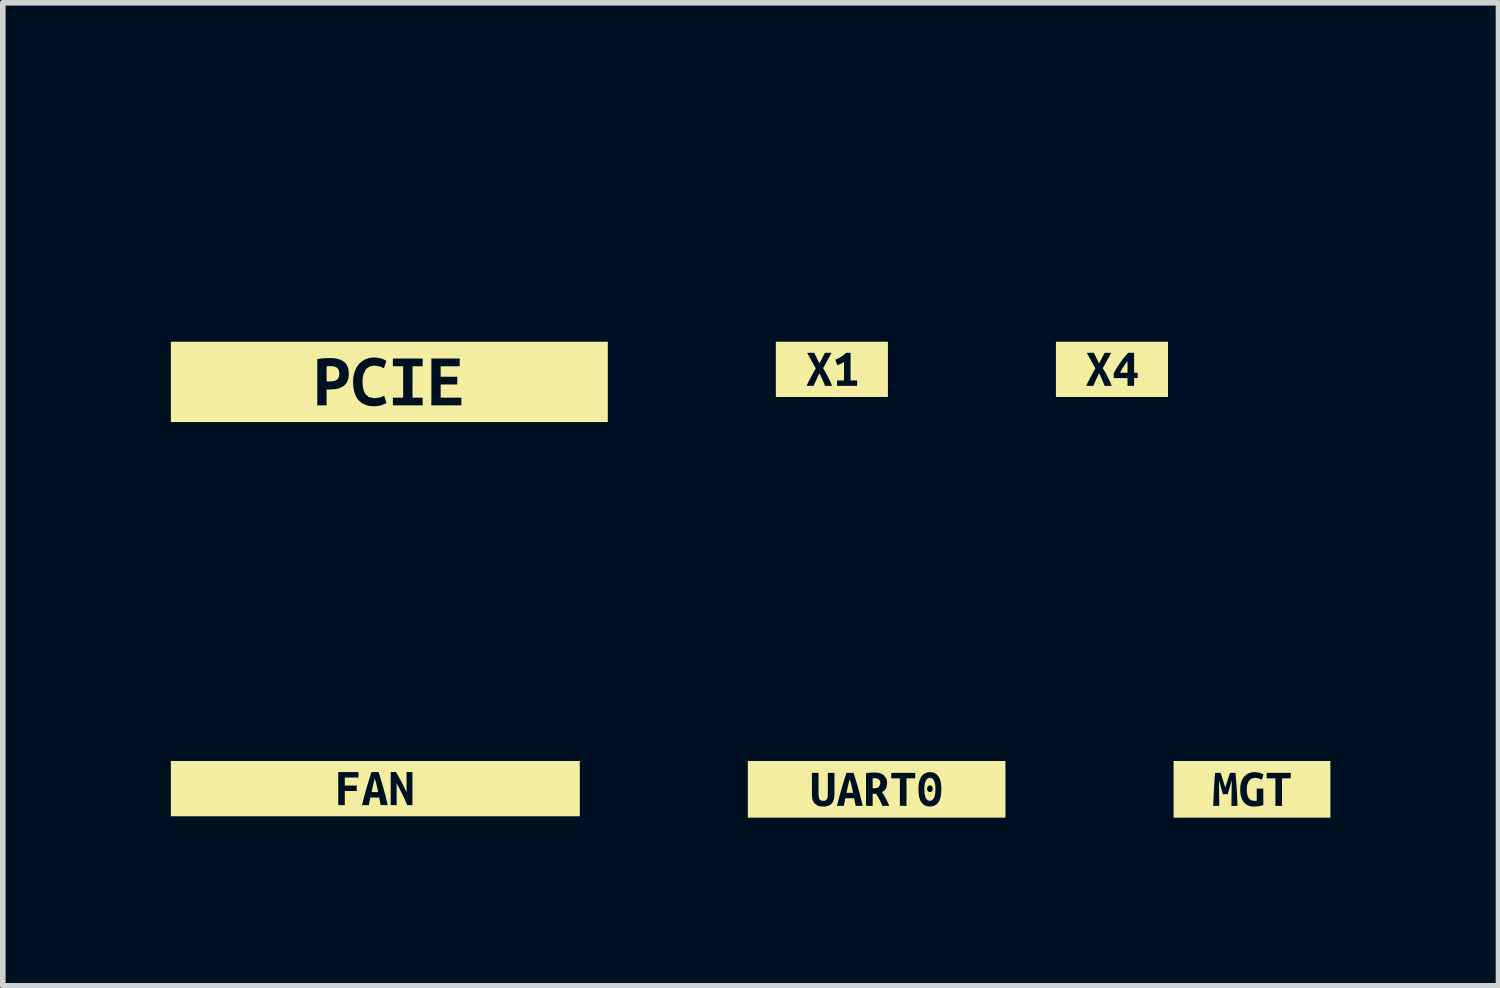
<source format=kicad_pcb>
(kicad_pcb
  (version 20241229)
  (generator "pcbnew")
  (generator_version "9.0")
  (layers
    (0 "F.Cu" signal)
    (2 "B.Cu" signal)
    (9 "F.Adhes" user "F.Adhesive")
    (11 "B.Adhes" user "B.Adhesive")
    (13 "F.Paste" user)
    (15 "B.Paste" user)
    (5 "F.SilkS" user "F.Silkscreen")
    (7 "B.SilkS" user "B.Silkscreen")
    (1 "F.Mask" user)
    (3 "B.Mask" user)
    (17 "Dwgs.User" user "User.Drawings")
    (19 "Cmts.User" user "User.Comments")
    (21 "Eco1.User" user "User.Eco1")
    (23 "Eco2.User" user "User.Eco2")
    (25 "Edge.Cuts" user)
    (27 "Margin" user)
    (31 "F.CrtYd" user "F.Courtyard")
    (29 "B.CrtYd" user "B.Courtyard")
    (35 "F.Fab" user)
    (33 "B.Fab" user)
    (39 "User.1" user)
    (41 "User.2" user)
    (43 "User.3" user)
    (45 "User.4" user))
  (footprint "kibuzzard-6596C1A9"
    (layer "F.Cu")
    (at 3.899 3.766)
    (property "Reference" "kibuzzard-6596C1A9" (at 0 -3.765 0) (layer "F.SilkS") (effects (font (size 0.001 0.001) (thickness 0.15))))
    (attr board_only exclude_from_pos_files exclude_from_bom)
    (fp_poly (pts (xy -1.038 -0.282) (xy -1.079 -0.281) (xy -1.12 -0.278) (xy -1.12 -0.008) (xy -1.053 -0.008) (xy -0.983 -0.016) (xy -0.932 -0.04) (xy -0.902 -0.083) (xy -0.892 -0.148) (xy -0.902 -0.211) (xy -0.932 -0.252) (xy -0.978 -0.274) (xy -1.038 -0.282)) (stroke (width 0) (type solid)) (fill yes) (layer "F.SilkS"))
    (fp_poly (pts (xy -3.617 -0.717) (xy -3.899 -0.717) (xy -3.899 0.717) (xy -3.617 0.717) (xy -1.12 0.717) (xy -1.12 0.418) (xy -1.286 0.418) (xy -1.286 -0.406) (xy -1.231 -0.416) (xy -1.17 -0.422) (xy -1.109 -0.425) (xy -1.057 -0.426) (xy -0.958 -0.419) (xy -0.876 -0.397) (xy -0.81 -0.361) (xy -0.761 -0.308) (xy -0.732 -0.237) (xy -0.722 -0.147) (xy -0.732 -0.056) (xy -0.761 0.016) (xy -0.81 0.069) (xy -0.877 0.107) (xy -0.961 0.129) (xy -1.061 0.136) (xy -1.12 0.136) (xy -1.12 0.418) (xy -1.12 0.717) (xy -0.285 0.717) (xy -0.285 0.436) (xy -0.393 0.423) (xy -0.483 0.385) (xy -0.555 0.323) (xy -0.595 0.26) (xy -0.624 0.185) (xy -0.642 0.099) (xy -0.648 0) (xy -0.641 -0.098) (xy -0.619 -0.185) (xy -0.585 -0.26) (xy -0.54 -0.322) (xy -0.485 -0.371) (xy -0.42 -0.407) (xy -0.348 -0.429) (xy -0.269 -0.436) (xy -0.188 -0.428) (xy -0.125 -0.412) (xy -0.08 -0.391) (xy -0.053 -0.375) (xy -0.096 -0.243) (xy -0.171 -0.277) (xy -0.271 -0.291) (xy -0.347 -0.277) (xy -0.414 -0.23) (xy -0.461 -0.142) (xy -0.474 -0.08) (xy -0.479 -0.004) (xy -0.474 0.084) (xy -0.457 0.157) (xy -0.43 0.215) (xy -0.365 0.272) (xy -0.269 0.291) (xy -0.161 0.277) (xy -0.093 0.247) (xy -0.051 0.378) (xy -0.146 0.418) (xy -0.211 0.431) (xy -0.285 0.436) (xy -0.285 0.717) (xy 0.063 0.717) (xy 0.063 0.418) (xy 0.063 0.281) (xy 0.246 0.281) (xy 0.246 -0.279) (xy 0.063 -0.279) (xy 0.063 -0.417) (xy 0.594 -0.417) (xy 0.594 -0.279) (xy 0.413 -0.279) (xy 0.413 0.281) (xy 0.594 0.281) (xy 0.594 0.418) (xy 0.063 0.418) (xy 0.063 0.717) (xy 0.75 0.717) (xy 0.75 0.418) (xy 0.75 -0.417) (xy 1.256 -0.417) (xy 1.256 -0.279) (xy 0.916 -0.279) (xy 0.916 -0.092) (xy 1.212 -0.092) (xy 1.212 0.046) (xy 0.916 0.046) (xy 0.916 0.281) (xy 1.286 0.281) (xy 1.286 0.418) (xy 0.75 0.418) (xy 0.75 0.717) (xy 3.617 0.717) (xy 3.899 0.717) (xy 3.899 -0.717) (xy 3.617 -0.717) (xy -3.617 -0.717)) (stroke (width 0) (type solid)) (fill yes) (layer "F.SilkS")))
  (footprint "kibuzzard-6596C2A6"
    (layer "F.Cu")
    (at 11.797 3.542)
    (property "Reference" "kibuzzard-6596C2A6" (at 0 -3.541 0) (layer "F.SilkS") (effects (font (size 0.001 0.001) (thickness 0.15))))
    (attr board_only exclude_from_pos_files exclude_from_bom)
    (fp_poly (pts (xy -0.801 -0.493) (xy -1 -0.493) (xy -1 0.493) (xy -0.801 0.493) (xy -0.123 0.493) (xy -0.123 0.295) (xy -0.143 0.244) (xy -0.167 0.187) (xy -0.194 0.128) (xy -0.222 0.069) (xy -0.25 0.126) (xy -0.277 0.186) (xy -0.303 0.243) (xy -0.325 0.295) (xy -0.451 0.295) (xy -0.423 0.233) (xy -0.404 0.195) (xy -0.382 0.155) (xy -0.359 0.112) (xy -0.335 0.069) (xy -0.311 0.025) (xy -0.288 -0.017) (xy -0.442 -0.295) (xy -0.315 -0.295) (xy -0.222 -0.106) (xy -0.124 -0.295) (xy -0.006 -0.295) (xy -0.156 -0.02) (xy -0.131 0.022) (xy -0.106 0.066) (xy -0.082 0.11) (xy -0.06 0.153) (xy -0.039 0.194) (xy -0.022 0.232) (xy 0.004 0.295) (xy -0.123 0.295) (xy -0.123 0.493) (xy 0.451 0.493) (xy 0.451 0.295) (xy 0.093 0.295) (xy 0.093 0.198) (xy 0.217 0.198) (xy 0.217 -0.132) (xy 0.156 -0.098) (xy 0.098 -0.075) (xy 0.06 -0.172) (xy 0.11 -0.194) (xy 0.163 -0.223) (xy 0.213 -0.258) (xy 0.254 -0.295) (xy 0.334 -0.295) (xy 0.334 0.198) (xy 0.451 0.198) (xy 0.451 0.295) (xy 0.451 0.493) (xy 0.801 0.493) (xy 1 0.493) (xy 1 -0.493) (xy 0.801 -0.493) (xy -0.801 -0.493)) (stroke (width 0) (type solid)) (fill yes) (layer "F.SilkS")))
  (footprint "kibuzzard-6596D9B6"
    (layer "F.Cu")
    (at 3.649 11.025)
    (property "Reference" "kibuzzard-6596D9B6" (at 0 -3.541 0) (layer "F.SilkS") (effects (font (size 0.001 0.001) (thickness 0.15))))
    (attr board_only exclude_from_pos_files exclude_from_bom)
    (fp_poly (pts (xy -0.009 -0.18) (xy -0.027 -0.117) (xy -0.042 -0.058) (xy -0.055 0.000476) (xy -0.067 0.061) (xy 0.048 0.061) (xy 0.037 0.000476) (xy 0.024 -0.058) (xy 0.009 -0.117) (xy -0.009 -0.18)) (stroke (width 0) (type solid)) (fill yes) (layer "F.SilkS"))
    (fp_poly (pts (xy -3.45 -0.493) (xy -3.649 -0.493) (xy -3.649 0.493) (xy -3.45 0.493) (xy -0.662 0.493) (xy -0.662 0.295) (xy -0.662 -0.295) (xy -0.301 -0.295) (xy -0.301 -0.198) (xy -0.545 -0.198) (xy -0.545 -0.055) (xy -0.332 -0.055) (xy -0.332 0.042) (xy -0.545 0.042) (xy -0.545 0.295) (xy -0.662 0.295) (xy -0.662 0.493) (xy 0.096 0.493) (xy 0.096 0.295) (xy 0.068 0.159) (xy -0.089 0.159) (xy -0.116 0.295) (xy -0.238 0.295) (xy -0.221 0.226) (xy -0.204 0.16) (xy -0.187 0.097) (xy -0.17 0.036) (xy -0.153 -0.023) (xy -0.132 -0.094) (xy -0.111 -0.163) (xy -0.09 -0.23) (xy -0.07 -0.295) (xy 0.058 -0.295) (xy 0.079 -0.229) (xy 0.099 -0.161) (xy 0.12 -0.092) (xy 0.141 -0.02) (xy 0.157 0.039) (xy 0.174 0.1) (xy 0.19 0.163) (xy 0.206 0.228) (xy 0.221 0.295) (xy 0.096 0.295) (xy 0.096 0.493) (xy 0.568 0.493) (xy 0.568 0.295) (xy 0.541 0.229) (xy 0.512 0.164) (xy 0.481 0.099) (xy 0.449 0.034) (xy 0.415 -0.031) (xy 0.38 -0.097) (xy 0.38 0.295) (xy 0.274 0.295) (xy 0.274 -0.295) (xy 0.368 -0.295) (xy 0.395 -0.251) (xy 0.421 -0.204) (xy 0.448 -0.155) (xy 0.473 -0.106) (xy 0.498 -0.058) (xy 0.52 -0.012) (xy 0.54 0.031) (xy 0.557 0.068) (xy 0.557 -0.295) (xy 0.662 -0.295) (xy 0.662 0.295) (xy 0.568 0.295) (xy 0.568 0.493) (xy 3.45 0.493) (xy 3.649 0.493) (xy 3.649 -0.493) (xy 3.45 -0.493) (xy -3.45 -0.493)) (stroke (width 0) (type solid)) (fill yes) (layer "F.SilkS")))
  (footprint "kibuzzard-6598010B"
    (layer "F.Cu")
    (at 19.295 11.038)
    (property "Reference" "kibuzzard-6598010B" (at 0 -3.554 0) (layer "F.SilkS") (effects (font (size 0.001 0.001) (thickness 0.15))))
    (attr board_only exclude_from_pos_files exclude_from_bom)
    (fp_poly (pts (xy -1.201 -0.506) (xy -1.399 -0.506) (xy -1.399 0.506) (xy -1.201 0.506) (xy -0.259 0.506) (xy -0.259 0.295) (xy -0.367 0.295) (xy -0.361 -0.163) (xy -0.433 0.087) (xy -0.519 0.087) (xy -0.589 -0.163) (xy -0.584 0.295) (xy -0.692 0.295) (xy -0.689 0.221) (xy -0.685 0.145) (xy -0.682 0.067) (xy -0.678 -0.01) (xy -0.674 -0.086) (xy -0.669 -0.16) (xy -0.664 -0.23) (xy -0.657 -0.294) (xy -0.56 -0.294) (xy -0.543 -0.243) (xy -0.522 -0.175) (xy -0.499 -0.102) (xy -0.477 -0.033) (xy -0.453 -0.106) (xy -0.43 -0.179) (xy -0.409 -0.244) (xy -0.391 -0.294) (xy -0.294 -0.294) (xy -0.288 -0.218) (xy -0.281 -0.144) (xy -0.276 -0.071) (xy -0.271 0.001) (xy -0.267 0.074) (xy -0.264 0.146) (xy -0.261 0.22) (xy -0.259 0.295) (xy -0.259 0.506) (xy 0.03 0.506) (xy 0.03 0.308) (xy -0.023 0.303) (xy -0.07 0.288) (xy -0.111 0.264) (xy -0.146 0.23) (xy -0.174 0.187) (xy -0.194 0.134) (xy -0.207 0.072) (xy -0.211 0) (xy -0.206 -0.071) (xy -0.191 -0.133) (xy -0.168 -0.186) (xy -0.137 -0.23) (xy -0.1 -0.264) (xy -0.056 -0.288) (xy -0.008 -0.303) (xy 0.044 -0.308) (xy 0.105 -0.302) (xy 0.152 -0.291) (xy 0.185 -0.276) (xy 0.205 -0.265) (xy 0.174 -0.171) (xy 0.123 -0.195) (xy 0.06 -0.206) (xy -0.01 -0.191) (xy -0.058 -0.148) (xy -0.084 -0.083) (xy -0.09 -0.044) (xy -0.092 0) (xy -0.089 0.064) (xy -0.078 0.116) (xy -0.059 0.156) (xy -0.018 0.193) (xy 0.039 0.206) (xy 0.062 0.205) (xy 0.085 0.202) (xy 0.085 -0.013) (xy 0.202 -0.013) (xy 0.202 0.281) (xy 0.137 0.298) (xy 0.088 0.305) (xy 0.03 0.308) (xy 0.03 0.506) (xy 0.536 0.506) (xy 0.536 0.295) (xy 0.418 0.295) (xy 0.418 -0.197) (xy 0.263 -0.197) (xy 0.263 -0.294) (xy 0.692 -0.294) (xy 0.692 -0.197) (xy 0.536 -0.197) (xy 0.536 0.295) (xy 0.536 0.506) (xy 1.201 0.506) (xy 1.399 0.506) (xy 1.399 -0.506) (xy 1.201 -0.506) (xy -1.201 -0.506)) (stroke (width 0) (type solid)) (fill yes) (layer "F.SilkS")))
  (footprint "kibuzzard-6596C2AD"
    (layer "F.Cu")
    (at 16.796 3.542)
    (property "Reference" "kibuzzard-6596C2AD" (at 0 -3.541 0) (layer "F.SilkS") (effects (font (size 0.001 0.001) (thickness 0.15))))
    (attr board_only exclude_from_pos_files exclude_from_bom)
    (fp_poly (pts (xy 0.278 -0.148) (xy 0.243 -0.101) (xy 0.207 -0.05) (xy 0.173 0.005) (xy 0.145 0.06) (xy 0.278 0.06) (xy 0.278 -0.148)) (stroke (width 0) (type solid)) (fill yes) (layer "F.SilkS"))
    (fp_poly (pts (xy -0.801 -0.493) (xy -1 -0.493) (xy -1 0.493) (xy -0.801 0.493) (xy -0.13 0.493) (xy -0.13 0.295) (xy -0.151 0.244) (xy -0.175 0.187) (xy -0.202 0.128) (xy -0.23 0.069) (xy -0.257 0.126) (xy -0.285 0.186) (xy -0.311 0.243) (xy -0.332 0.295) (xy -0.459 0.295) (xy -0.431 0.233) (xy -0.411 0.195) (xy -0.39 0.155) (xy -0.367 0.112) (xy -0.343 0.069) (xy -0.319 0.025) (xy -0.295 -0.017) (xy -0.45 -0.295) (xy -0.323 -0.295) (xy -0.23 -0.106) (xy -0.131 -0.295) (xy -0.013 -0.295) (xy -0.164 -0.02) (xy -0.138 0.022) (xy -0.113 0.066) (xy -0.089 0.11) (xy -0.067 0.153) (xy -0.047 0.194) (xy -0.03 0.232) (xy -0.004 0.295) (xy -0.13 0.295) (xy -0.13 0.493) (xy 0.395 0.493) (xy 0.395 0.295) (xy 0.278 0.295) (xy 0.278 0.156) (xy 0.032 0.156) (xy 0.032 0.07) (xy 0.053 0.03) (xy 0.079 -0.014) (xy 0.109 -0.062) (xy 0.142 -0.111) (xy 0.177 -0.16) (xy 0.214 -0.209) (xy 0.252 -0.254) (xy 0.291 -0.295) (xy 0.395 -0.295) (xy 0.395 0.06) (xy 0.459 0.06) (xy 0.459 0.156) (xy 0.395 0.156) (xy 0.395 0.295) (xy 0.395 0.493) (xy 0.801 0.493) (xy 1 0.493) (xy 1 -0.493) (xy 0.801 -0.493) (xy -0.801 -0.493)) (stroke (width 0) (type solid)) (fill yes) (layer "F.SilkS")))
  (footprint "kibuzzard-65969B91"
    (layer "F.Cu")
    (at 12.596 11.038)
    (property "Reference" "kibuzzard-65969B91" (at 0 -3.554 0) (layer "F.SilkS") (effects (font (size 0.001 0.001) (thickness 0.15))))
    (attr board_only exclude_from_pos_files exclude_from_bom)
    (fp_poly (pts (xy -0.479 -0.18) (xy -0.497 -0.117) (xy -0.512 -0.058) (xy -0.525 0.001) (xy -0.537 0.062) (xy -0.422 0.062) (xy -0.433 0.001) (xy -0.446 -0.058) (xy -0.461 -0.117) (xy -0.479 -0.18)) (stroke (width 0) (type solid)) (fill yes) (layer "F.SilkS"))
    (fp_poly (pts (xy 0.068 -0.109) (xy 0.06 -0.149) (xy 0.039 -0.177) (xy 0.006 -0.194) (xy -0.036 -0.199) (xy -0.052 -0.199) (xy -0.071 -0.196) (xy -0.071 -0.019) (xy -0.046 -0.019) (xy 0.006 -0.025) (xy 0.041 -0.042) (xy 0.068 -0.109)) (stroke (width 0) (type solid)) (fill yes) (layer "F.SilkS"))
    (fp_poly (pts (xy 1.05 -0.001) (xy 1.047 -0.063) (xy 1.038 -0.114) (xy 1.024 -0.155) (xy 0.993 -0.194) (xy 0.951 -0.208) (xy 0.908 -0.194) (xy 0.877 -0.155) (xy 0.863 -0.114) (xy 0.854 -0.063) (xy 0.852 -0.001) (xy 0.854 0.062) (xy 0.863 0.113) (xy 0.877 0.154) (xy 0.908 0.193) (xy 0.951 0.207) (xy 0.952 0.206) (xy 0.952 0.052) (xy 0.912 0.034) (xy 0.898 -0.01) (xy 0.912 -0.055) (xy 0.952 -0.074) (xy 0.989 -0.055) (xy 1.004 -0.01) (xy 0.989 0.034) (xy 0.952 0.052) (xy 0.952 0.206) (xy 0.993 0.193) (xy 1.024 0.154) (xy 1.038 0.113) (xy 1.047 0.062) (xy 1.05 -0.001)) (stroke (width 0) (type solid)) (fill yes) (layer "F.SilkS"))
    (fp_poly (pts (xy -2.101 -0.506) (xy -2.299 -0.506) (xy -2.299 0.506) (xy -2.101 0.506) (xy -0.956 0.506) (xy -0.956 0.308) (xy -1.009 0.304) (xy -1.052 0.292) (xy -1.113 0.247) (xy -1.133 0.214) (xy -1.146 0.175) (xy -1.153 0.131) (xy -1.155 0.082) (xy -1.155 -0.294) (xy -1.037 -0.294) (xy -1.037 0.074) (xy -1.033 0.137) (xy -1.021 0.177) (xy -0.995 0.199) (xy -0.954 0.206) (xy -0.913 0.199) (xy -0.888 0.177) (xy -0.874 0.136) (xy -0.871 0.073) (xy -0.871 -0.294) (xy -0.753 -0.294) (xy -0.753 0.082) (xy -0.756 0.131) (xy -0.763 0.175) (xy -0.776 0.214) (xy -0.796 0.247) (xy -0.824 0.273) (xy -0.859 0.292) (xy -0.903 0.304) (xy -0.956 0.308) (xy -0.956 0.506) (xy -0.374 0.506) (xy -0.374 0.295) (xy -0.402 0.159) (xy -0.559 0.159) (xy -0.586 0.295) (xy -0.708 0.295) (xy -0.691 0.227) (xy -0.674 0.161) (xy -0.657 0.097) (xy -0.64 0.036) (xy -0.623 -0.022) (xy -0.602 -0.093) (xy -0.581 -0.162) (xy -0.56 -0.229) (xy -0.54 -0.294) (xy -0.412 -0.294) (xy -0.392 -0.229) (xy -0.371 -0.161) (xy -0.35 -0.091) (xy -0.329 -0.02) (xy -0.313 0.04) (xy -0.296 0.101) (xy -0.28 0.164) (xy -0.264 0.228) (xy -0.249 0.295) (xy -0.374 0.295) (xy -0.374 0.506) (xy 0.226 0.506) (xy 0.226 0.295) (xy 0.103 0.295) (xy 0.079 0.239) (xy 0.052 0.185) (xy 0.022 0.132) (xy -0.01 0.078) (xy -0.071 0.078) (xy -0.071 0.295) (xy -0.189 0.295) (xy -0.189 -0.286) (xy -0.151 -0.293) (xy -0.11 -0.298) (xy -0.07 -0.3) (xy -0.036 -0.301) (xy 0.012 -0.298) (xy 0.055 -0.29) (xy 0.093 -0.275) (xy 0.126 -0.254) (xy 0.171 -0.194) (xy 0.183 -0.154) (xy 0.187 -0.108) (xy 0.181 -0.059) (xy 0.166 -0.014) (xy 0.138 0.023) (xy 0.096 0.05) (xy 0.13 0.104) (xy 0.166 0.167) (xy 0.199 0.233) (xy 0.226 0.295) (xy 0.226 0.506) (xy 0.533 0.506) (xy 0.533 0.295) (xy 0.415 0.295) (xy 0.415 -0.197) (xy 0.26 -0.197) (xy 0.26 -0.294) (xy 0.689 -0.294) (xy 0.689 -0.197) (xy 0.533 -0.197) (xy 0.533 0.295) (xy 0.533 0.506) (xy 0.951 0.506) (xy 0.951 0.308) (xy 0.889 0.299) (xy 0.838 0.274) (xy 0.798 0.231) (xy 0.775 0.188) (xy 0.759 0.135) (xy 0.749 0.072) (xy 0.746 -0.001) (xy 0.749 -0.073) (xy 0.759 -0.136) (xy 0.776 -0.188) (xy 0.799 -0.231) (xy 0.84 -0.274) (xy 0.89 -0.299) (xy 0.951 -0.308) (xy 1.012 -0.299) (xy 1.063 -0.274) (xy 1.103 -0.232) (xy 1.126 -0.189) (xy 1.142 -0.136) (xy 1.152 -0.074) (xy 1.155 -0.001) (xy 1.152 0.072) (xy 1.142 0.135) (xy 1.126 0.188) (xy 1.103 0.231) (xy 1.063 0.274) (xy 1.012 0.299) (xy 0.951 0.308) (xy 0.951 0.506) (xy 2.101 0.506) (xy 2.299 0.506) (xy 2.299 -0.506) (xy 2.101 -0.506) (xy -2.101 -0.506)) (stroke (width 0) (type solid)) (fill yes) (layer "F.SilkS")))
  (gr_rect
    (start -3 -3)
    (end 23.695 14.544)
    (stroke (width 0.1) (type default))
    (fill no)
    (layer "Edge.Cuts")))
</source>
